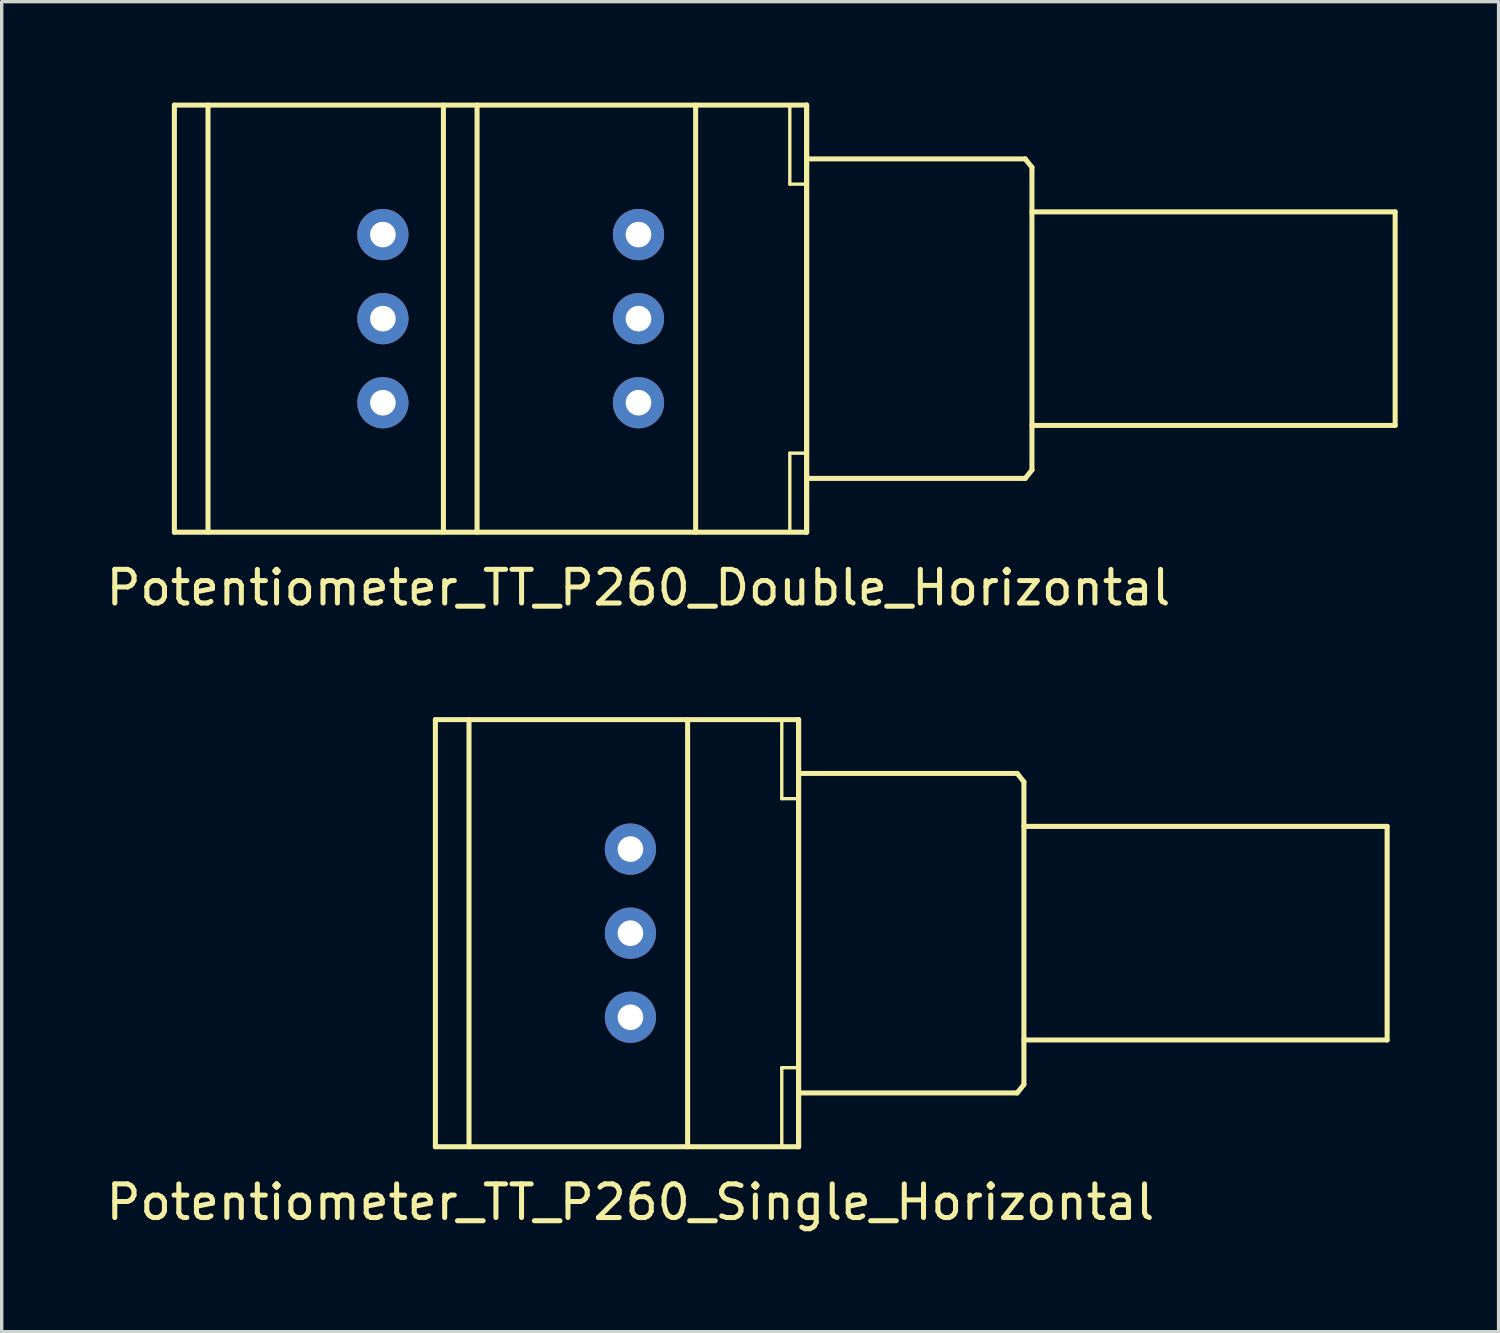
<source format=kicad_pcb>
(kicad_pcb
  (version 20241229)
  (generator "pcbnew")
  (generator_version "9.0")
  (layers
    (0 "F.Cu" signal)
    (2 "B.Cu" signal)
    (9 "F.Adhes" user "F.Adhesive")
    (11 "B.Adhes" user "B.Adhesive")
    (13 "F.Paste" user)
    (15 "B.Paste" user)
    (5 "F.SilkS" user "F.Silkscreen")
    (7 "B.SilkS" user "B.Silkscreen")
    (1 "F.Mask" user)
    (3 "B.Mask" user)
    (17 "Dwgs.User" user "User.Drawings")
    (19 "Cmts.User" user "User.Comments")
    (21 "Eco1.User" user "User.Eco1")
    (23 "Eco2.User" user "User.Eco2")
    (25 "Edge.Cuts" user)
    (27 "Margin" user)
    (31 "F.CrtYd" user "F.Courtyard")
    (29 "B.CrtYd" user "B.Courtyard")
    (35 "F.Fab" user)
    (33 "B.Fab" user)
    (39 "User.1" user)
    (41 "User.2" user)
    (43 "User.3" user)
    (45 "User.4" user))
  (footprint "Potentiometer_TT_P260_Double_Horizontal"
    (layer "F.Cu")
    (at 15.935 6.425)
    (property "Reference" "Potentiometer_TT_P260_Double_Horizontal" (at 0 8 0) (layer "F.SilkS") (effects (font (size 1 1) (thickness 0.15))))
    (attr through_hole)
    (fp_line (start -13.8 -6.35) (end -13.8 6.35) (stroke (width 0.15) (type solid)) (layer "F.SilkS"))
    (fp_line (start -13.8 -6.35) (end 5 -6.35) (stroke (width 0.15) (type solid)) (layer "F.SilkS"))
    (fp_line (start -12.8 -6.35) (end -12.8 6.35) (stroke (width 0.15) (type solid)) (layer "F.SilkS"))
    (fp_line (start -5.8 -6.35) (end -5.8 6.35) (stroke (width 0.15) (type solid)) (layer "F.SilkS"))
    (fp_line (start -4.8 -6.35) (end -4.8 6.35) (stroke (width 0.15) (type solid)) (layer "F.SilkS"))
    (fp_line (start 1.7 -6.35) (end 1.7 6.35) (stroke (width 0.15) (type solid)) (layer "F.SilkS"))
    (fp_line (start 4.5 -4) (end 4.5 -6.35) (stroke (width 0.1) (type solid)) (layer "F.SilkS"))
    (fp_line (start 4.5 4) (end 4.5 6.35) (stroke (width 0.1) (type solid)) (layer "F.SilkS"))
    (fp_line (start 5 -6.35) (end 5 6.35) (stroke (width 0.15) (type solid)) (layer "F.SilkS"))
    (fp_line (start 5 -6.35) (end 5 6.35) (stroke (width 0.15) (type solid)) (layer "F.SilkS"))
    (fp_line (start 5 -4.75) (end 11.5 -4.75) (stroke (width 0.15) (type solid)) (layer "F.SilkS"))
    (fp_line (start 5 -4) (end 4.5 -4) (stroke (width 0.1) (type solid)) (layer "F.SilkS"))
    (fp_line (start 5 4) (end 4.5 4) (stroke (width 0.1) (type solid)) (layer "F.SilkS"))
    (fp_line (start 5 4.75) (end 11.5 4.75) (stroke (width 0.15) (type solid)) (layer "F.SilkS"))
    (fp_line (start 5 6.35) (end -13.8 6.35) (stroke (width 0.15) (type solid)) (layer "F.SilkS"))
    (fp_line (start 11.5 -4.75) (end 11.7 -4.5) (stroke (width 0.15) (type solid)) (layer "F.SilkS"))
    (fp_line (start 11.7 -4.5) (end 11.7 4.5) (stroke (width 0.15) (type solid)) (layer "F.SilkS"))
    (fp_line (start 11.7 -3.175) (end 22.5 -3.175) (stroke (width 0.15) (type solid)) (layer "F.SilkS"))
    (fp_line (start 11.7 3.175) (end 22.5 3.175) (stroke (width 0.15) (type solid)) (layer "F.SilkS"))
    (fp_line (start 11.7 4.5) (end 11.5 4.75) (stroke (width 0.15) (type solid)) (layer "F.SilkS"))
    (fp_line (start 22.5 -3.175) (end 22.5 3.175) (stroke (width 0.15) (type solid)) (layer "F.SilkS"))
    (pad "1" thru_hole circle (at 0 2.5) (size 1.524 1.524) (drill 0.762) (layers "*.Cu" "*.Mask"))
    (pad "2" thru_hole circle (at 0 0) (size 1.524 1.524) (drill 0.762) (layers "*.Cu" "*.Mask"))
    (pad "3" thru_hole circle (at 0 -2.5) (size 1.524 1.524) (drill 0.762) (layers "*.Cu" "*.Mask"))
    (pad "4" thru_hole circle (at -7.6 2.5) (size 1.524 1.524) (drill 0.762) (layers "*.Cu" "*.Mask"))
    (pad "5" thru_hole circle (at -7.6 0) (size 1.524 1.524) (drill 0.762) (layers "*.Cu" "*.Mask"))
    (pad "6" thru_hole circle (at -7.6 -2.5) (size 1.524 1.524) (drill 0.762) (layers "*.Cu" "*.Mask")))
  (footprint "Potentiometer_TT_P260_Single_Horizontal"
    (layer "F.Cu")
    (at 15.696 24.698)
    (property "Reference" "Potentiometer_TT_P260_Single_Horizontal" (at 0 8 0) (layer "F.SilkS") (effects (font (size 1 1) (thickness 0.15))))
    (attr through_hole)
    (fp_line (start -5.8 -6.35) (end -5.8 6.35) (stroke (width 0.15) (type solid)) (layer "F.SilkS"))
    (fp_line (start -5.8 -6.35) (end 5 -6.35) (stroke (width 0.15) (type solid)) (layer "F.SilkS"))
    (fp_line (start -4.8 -6.35) (end -4.8 6.35) (stroke (width 0.15) (type solid)) (layer "F.SilkS"))
    (fp_line (start 1.7 -6.35) (end 1.7 6.35) (stroke (width 0.15) (type solid)) (layer "F.SilkS"))
    (fp_line (start 4.5 -4) (end 4.5 -6.35) (stroke (width 0.1) (type solid)) (layer "F.SilkS"))
    (fp_line (start 4.5 4) (end 4.5 6.35) (stroke (width 0.1) (type solid)) (layer "F.SilkS"))
    (fp_line (start 5 -6.35) (end 5 6.35) (stroke (width 0.15) (type solid)) (layer "F.SilkS"))
    (fp_line (start 5 -6.35) (end 5 6.35) (stroke (width 0.15) (type solid)) (layer "F.SilkS"))
    (fp_line (start 5 -4.75) (end 11.5 -4.75) (stroke (width 0.15) (type solid)) (layer "F.SilkS"))
    (fp_line (start 5 -4) (end 4.5 -4) (stroke (width 0.1) (type solid)) (layer "F.SilkS"))
    (fp_line (start 5 4) (end 4.5 4) (stroke (width 0.1) (type solid)) (layer "F.SilkS"))
    (fp_line (start 5 4.75) (end 11.5 4.75) (stroke (width 0.15) (type solid)) (layer "F.SilkS"))
    (fp_line (start 5 6.35) (end -5.8 6.35) (stroke (width 0.15) (type solid)) (layer "F.SilkS"))
    (fp_line (start 11.5 -4.75) (end 11.7 -4.5) (stroke (width 0.15) (type solid)) (layer "F.SilkS"))
    (fp_line (start 11.7 -4.5) (end 11.7 4.5) (stroke (width 0.15) (type solid)) (layer "F.SilkS"))
    (fp_line (start 11.7 -3.175) (end 22.5 -3.175) (stroke (width 0.15) (type solid)) (layer "F.SilkS"))
    (fp_line (start 11.7 3.175) (end 22.5 3.175) (stroke (width 0.15) (type solid)) (layer "F.SilkS"))
    (fp_line (start 11.7 4.5) (end 11.5 4.75) (stroke (width 0.15) (type solid)) (layer "F.SilkS"))
    (fp_line (start 22.5 -3.175) (end 22.5 3.175) (stroke (width 0.15) (type solid)) (layer "F.SilkS"))
    (pad "1" thru_hole circle (at 0 2.5) (size 1.524 1.524) (drill 0.762) (layers "*.Cu" "*.Mask"))
    (pad "2" thru_hole circle (at 0 0) (size 1.524 1.524) (drill 0.762) (layers "*.Cu" "*.Mask"))
    (pad "3" thru_hole circle (at 0 -2.5) (size 1.524 1.524) (drill 0.762) (layers "*.Cu" "*.Mask")))
  (gr_rect
    (start -3 -3)
    (end 41.51 36.547)
    (stroke (width 0.1) (type default))
    (fill no)
    (layer "Edge.Cuts")))
</source>
